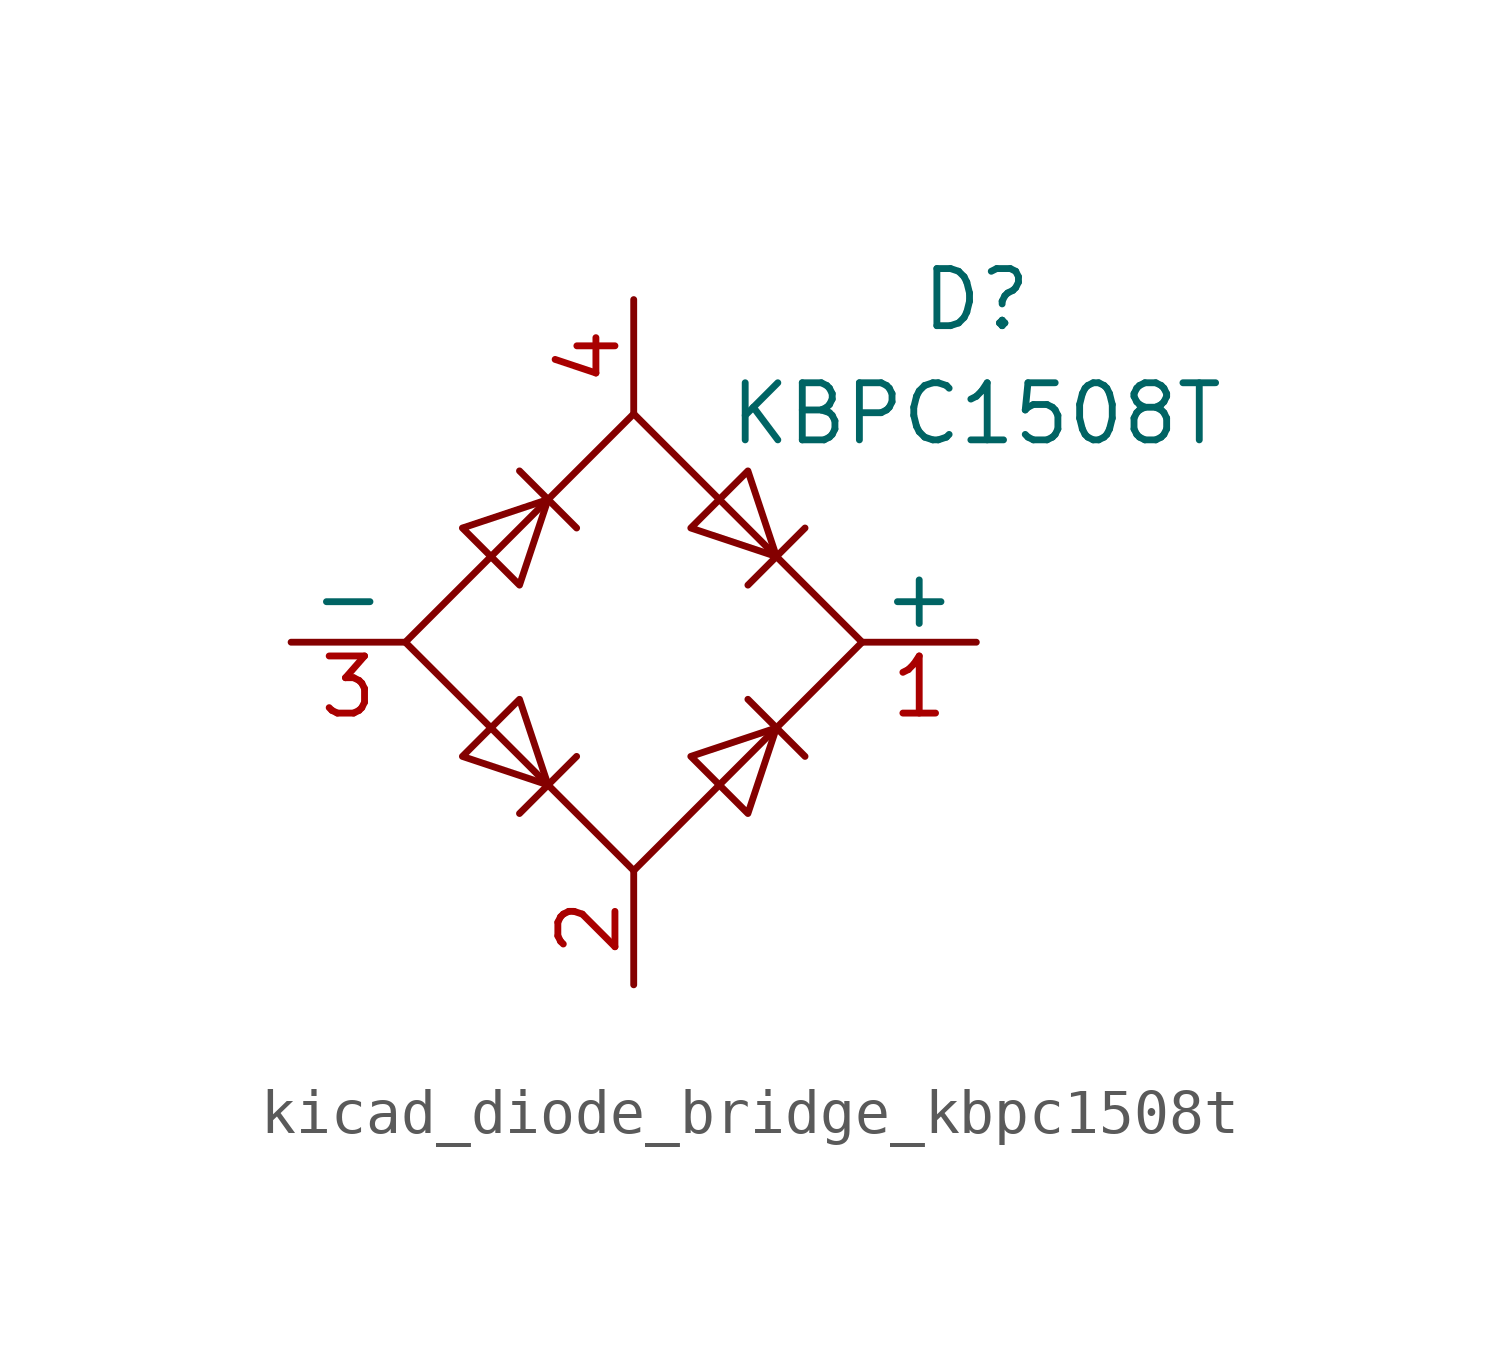
<source format=kicad_sym>
(kicad_symbol_lib
  (version 20220914)
  (generator kicad_symbol_editor)
  (symbol "kicad_diode_bridge_kbpc1508t"
    (pin_names
      (offset 0))
    (property "Reference" "D"
      (at 7.62 7.62 0)
      (effects (font (size 1.27 1.27))))
    (property "Value" "KBPC1508T"
      (at 7.62 5.08 0)
      (effects (font (size 1.27 1.27))))
    (symbol "kicad_diode_bridge_kbpc1508t_0_1"
      (polyline (pts (xy -2.54 3.81) (xy -1.27 2.54)) (stroke (width 0) (type default)) (fill (type none)))
      (polyline (pts (xy -1.27 -2.54) (xy -2.54 -3.81)) (stroke (width 0) (type default)) (fill (type none)))
      (polyline (pts (xy 2.54 -1.27) (xy 3.81 -2.54)) (stroke (width 0) (type default)) (fill (type none)))
      (polyline (pts (xy 2.54 1.27) (xy 3.81 2.54)) (stroke (width 0) (type default)) (fill (type none)))
      (polyline (pts (xy -3.81 2.54) (xy -2.54 1.27) (xy -1.905 3.175) (xy -3.81 2.54)) (stroke (width 0) (type default)) (fill (type none)))
      (polyline (pts (xy -2.54 -1.27) (xy -3.81 -2.54) (xy -1.905 -3.175) (xy -2.54 -1.27)) (stroke (width 0) (type default)) (fill (type none)))
      (polyline (pts (xy 1.27 2.54) (xy 2.54 3.81) (xy 3.175 1.905) (xy 1.27 2.54)) (stroke (width 0) (type default)) (fill (type none)))
      (polyline (pts (xy 3.175 -1.905) (xy 1.27 -2.54) (xy 2.54 -3.81) (xy 3.175 -1.905)) (stroke (width 0) (type default)) (fill (type none)))
      (polyline (pts (xy -5.08 0) (xy 0 -5.08) (xy 5.08 0) (xy 0 5.08) (xy -5.08 0)) (stroke (width 0) (type default)) (fill (type none))))
    (symbol "kicad_diode_bridge_kbpc1508t_1_1"
      (pin passive line (at 7.62 0 180) (length 2.54) (name "+" (effects (font (size 1.27 1.27)))) (number "1" (effects (font (size 1.27 1.27)))))
      (pin passive line (at 0 -7.62 90) (length 2.54) (name "~" (effects (font (size 1.27 1.27)))) (number "2" (effects (font (size 1.27 1.27)))))
      (pin passive line (at -7.62 0 0) (length 2.54) (name "-" (effects (font (size 1.27 1.27)))) (number "3" (effects (font (size 1.27 1.27)))))
      (pin passive line (at 0 7.62 270) (length 2.54) (name "~" (effects (font (size 1.27 1.27)))) (number "4" (effects (font (size 1.27 1.27))))))))
</source>
